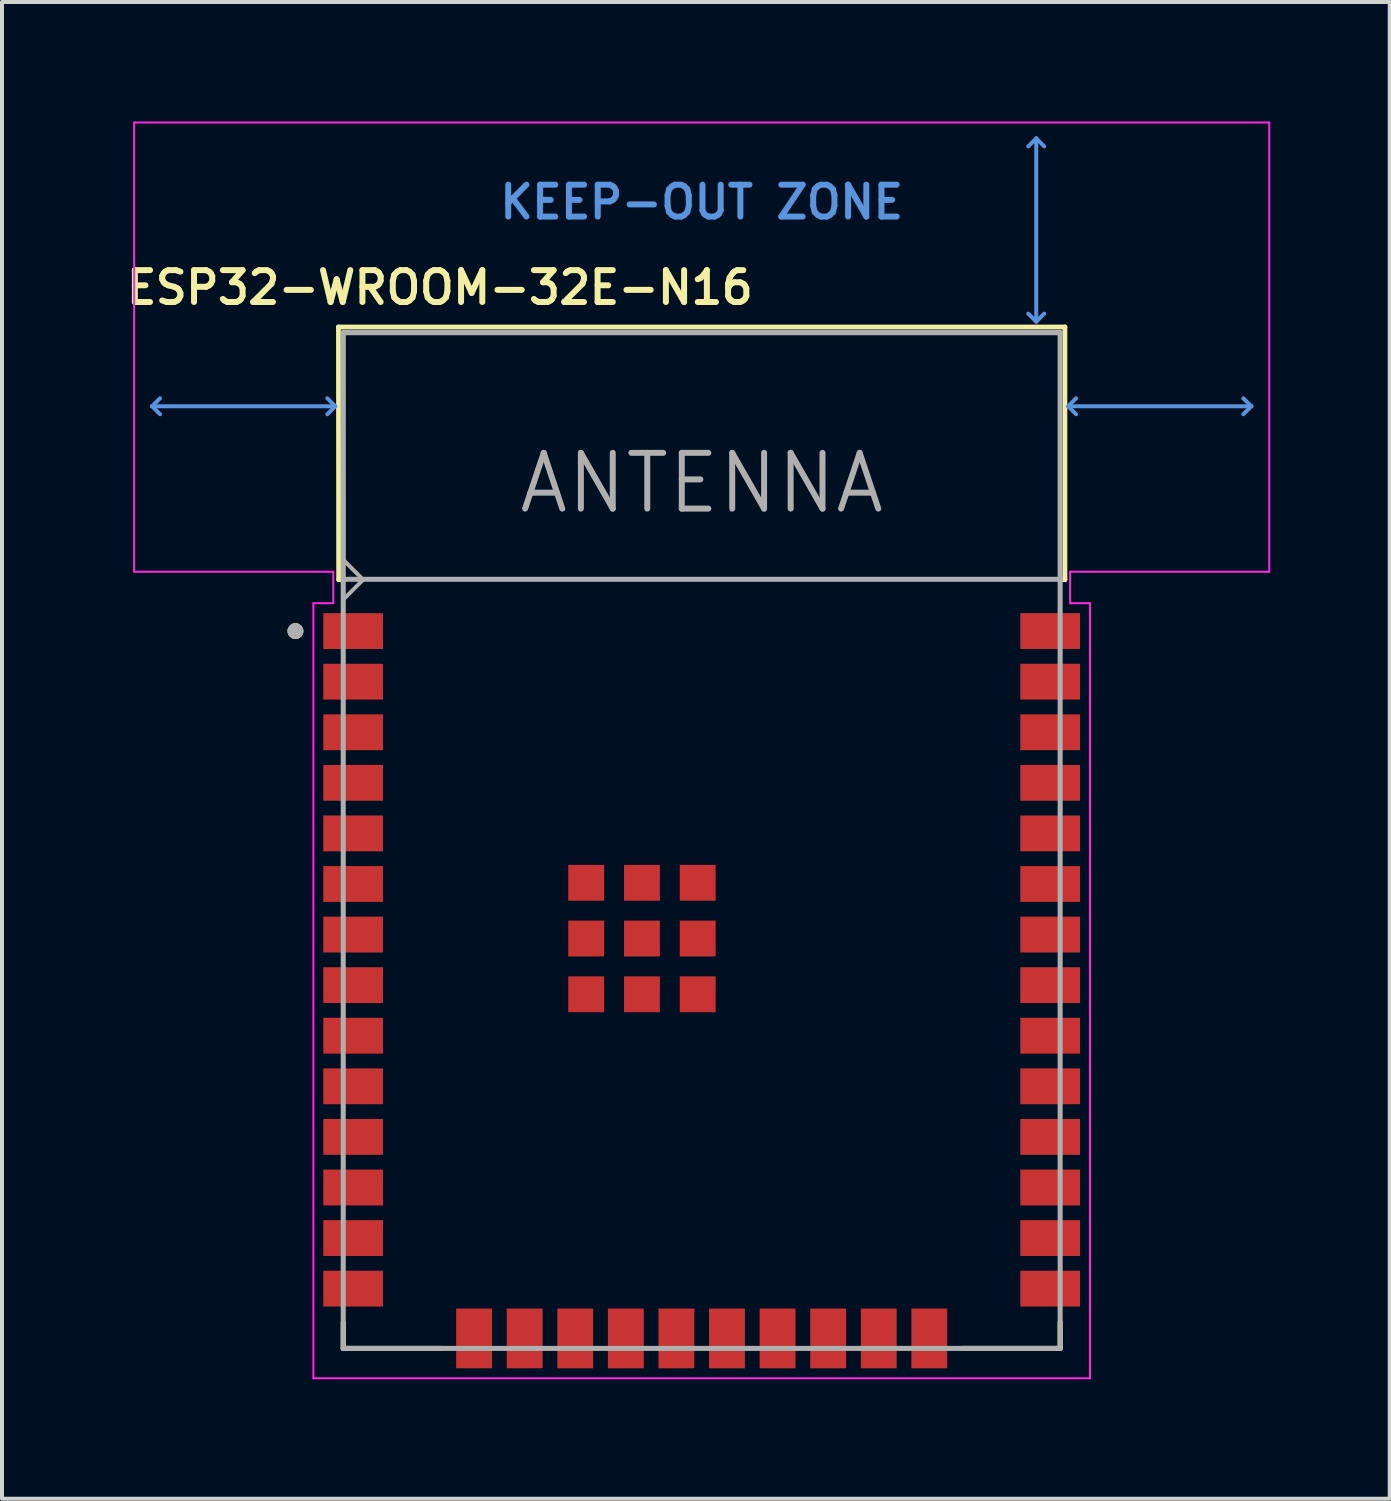
<source format=kicad_pcb>
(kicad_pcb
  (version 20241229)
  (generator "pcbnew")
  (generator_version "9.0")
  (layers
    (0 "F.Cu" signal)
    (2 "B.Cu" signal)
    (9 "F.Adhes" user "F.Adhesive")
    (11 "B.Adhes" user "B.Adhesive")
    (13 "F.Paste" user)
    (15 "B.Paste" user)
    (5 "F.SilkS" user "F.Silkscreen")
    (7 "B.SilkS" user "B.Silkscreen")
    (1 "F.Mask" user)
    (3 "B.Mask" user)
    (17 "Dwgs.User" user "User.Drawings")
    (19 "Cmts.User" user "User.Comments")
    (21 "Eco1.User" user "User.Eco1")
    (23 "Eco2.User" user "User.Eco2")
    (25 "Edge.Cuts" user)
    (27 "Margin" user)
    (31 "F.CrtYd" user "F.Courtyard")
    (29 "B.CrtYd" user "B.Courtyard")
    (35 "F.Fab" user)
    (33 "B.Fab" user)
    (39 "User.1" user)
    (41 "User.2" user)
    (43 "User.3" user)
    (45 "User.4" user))
  (footprint "ESP32-WROOM-32E-N16"
    (layer "F.Cu")
    (at 14.568 18.055)
    (property "Reference" "ESP32-WROOM-32E-N16" (at -6.575 -13.885 0) (layer "F.SilkS") (effects (font (size 0.8 0.8) (thickness 0.15))))
    (attr through_hole)
    (fp_line (start -9.12 -12.895) (end -9.115 -6.55) (stroke (width 0.12) (type solid)) (layer "F.SilkS"))
    (fp_line (start -9.12 -12.895) (end 9.12 -12.895) (stroke (width 0.12) (type solid)) (layer "F.SilkS"))
    (fp_line (start -9 12.1) (end -9 12.75) (stroke (width 0.127) (type solid)) (layer "F.SilkS"))
    (fp_line (start -9 12.75) (end -6.55 12.75) (stroke (width 0.127) (type solid)) (layer "F.SilkS"))
    (fp_line (start -8.985 -6.55) (end -9.115 -6.55) (stroke (width 0.12) (type solid)) (layer "F.SilkS"))
    (fp_line (start 6.55 12.75) (end 9 12.75) (stroke (width 0.127) (type solid)) (layer "F.SilkS"))
    (fp_line (start 9 12.75) (end 9 12.1) (stroke (width 0.127) (type solid)) (layer "F.SilkS"))
    (fp_line (start 9.12 -12.895) (end 9.12 -6.55) (stroke (width 0.12) (type solid)) (layer "F.SilkS"))
    (fp_line (start 9.12 -6.55) (end 8.99 -6.55) (stroke (width 0.12) (type solid)) (layer "F.SilkS"))
    (fp_circle (center -10.2 -5.26) (end -10.1 -5.26) (stroke (width 0.2) (type solid)) (fill no) (layer "F.SilkS"))
    (fp_line (start -13.8 -10.905) (end -13.6 -11.105) (stroke (width 0.1) (type solid)) (layer "Cmts.User"))
    (fp_line (start -13.8 -10.905) (end -13.6 -10.705) (stroke (width 0.1) (type solid)) (layer "Cmts.User"))
    (fp_line (start -13.8 -10.905) (end -9.2 -10.905) (stroke (width 0.1) (type solid)) (layer "Cmts.User"))
    (fp_line (start -9.2 -10.905) (end -9.4 -11.105) (stroke (width 0.1) (type solid)) (layer "Cmts.User"))
    (fp_line (start -9.2 -10.905) (end -9.4 -10.705) (stroke (width 0.1) (type solid)) (layer "Cmts.User"))
    (fp_line (start 8.4 -17.63) (end 8.2 -17.43) (stroke (width 0.1) (type solid)) (layer "Cmts.User"))
    (fp_line (start 8.4 -17.63) (end 8.6 -17.43) (stroke (width 0.1) (type solid)) (layer "Cmts.User"))
    (fp_line (start 8.4 -13.03) (end 8.2 -13.23) (stroke (width 0.1) (type solid)) (layer "Cmts.User"))
    (fp_line (start 8.4 -13.03) (end 8.4 -17.63) (stroke (width 0.1) (type solid)) (layer "Cmts.User"))
    (fp_line (start 8.4 -13.03) (end 8.6 -13.23) (stroke (width 0.1) (type solid)) (layer "Cmts.User"))
    (fp_line (start 9.2 -10.905) (end 9.4 -11.105) (stroke (width 0.1) (type solid)) (layer "Cmts.User"))
    (fp_line (start 9.2 -10.905) (end 9.4 -10.705) (stroke (width 0.1) (type solid)) (layer "Cmts.User"))
    (fp_line (start 9.2 -10.905) (end 13.8 -10.905) (stroke (width 0.1) (type solid)) (layer "Cmts.User"))
    (fp_line (start 13.8 -10.905) (end 13.6 -11.105) (stroke (width 0.1) (type solid)) (layer "Cmts.User"))
    (fp_line (start 13.8 -10.905) (end 13.6 -10.705) (stroke (width 0.1) (type solid)) (layer "Cmts.User"))
    (fp_line (start -14.25 -18.03) (end -14.25 -6.75) (stroke (width 0.05) (type solid)) (layer "F.CrtYd"))
    (fp_line (start -14.25 -18.03) (end 14.25 -18.03) (stroke (width 0.05) (type solid)) (layer "F.CrtYd"))
    (fp_line (start -14.25 -6.75) (end -9.25 -6.75) (stroke (width 0.05) (type solid)) (layer "F.CrtYd"))
    (fp_line (start -9.75 -5.96) (end -9.25 -5.96) (stroke (width 0.05) (type solid)) (layer "F.CrtYd"))
    (fp_line (start -9.75 13.5) (end -9.75 -5.96) (stroke (width 0.05) (type solid)) (layer "F.CrtYd"))
    (fp_line (start -9.25 -5.96) (end -9.25 -6.75) (stroke (width 0.05) (type solid)) (layer "F.CrtYd"))
    (fp_line (start 9.25 -6.75) (end 9.25 -5.96) (stroke (width 0.05) (type solid)) (layer "F.CrtYd"))
    (fp_line (start 9.25 -6.75) (end 14.25 -6.75) (stroke (width 0.05) (type solid)) (layer "F.CrtYd"))
    (fp_line (start 9.25 -5.96) (end 9.75 -5.96) (stroke (width 0.05) (type solid)) (layer "F.CrtYd"))
    (fp_line (start 9.75 -5.96) (end 9.75 13.5) (stroke (width 0.05) (type solid)) (layer "F.CrtYd"))
    (fp_line (start 9.75 13.5) (end -9.75 13.5) (stroke (width 0.05) (type solid)) (layer "F.CrtYd"))
    (fp_line (start 14.25 -18.03) (end 14.25 -6.75) (stroke (width 0.05) (type solid)) (layer "F.CrtYd"))
    (fp_line (start -9 -12.775) (end -9 -7.05) (stroke (width 0.1) (type solid)) (layer "F.Fab"))
    (fp_line (start -9 -12.775) (end 9 -12.775) (stroke (width 0.1) (type solid)) (layer "F.Fab"))
    (fp_line (start -9 -12.75) (end -9 -6.56) (stroke (width 0.127) (type solid)) (layer "F.Fab"))
    (fp_line (start -9 -12.75) (end 9 -12.75) (stroke (width 0.127) (type solid)) (layer "F.Fab"))
    (fp_line (start -9 -6.56) (end 9 -6.56) (stroke (width 0.127) (type solid)) (layer "F.Fab"))
    (fp_line (start -9 -6.05) (end -8.5 -6.55) (stroke (width 0.1) (type solid)) (layer "F.Fab"))
    (fp_line (start -9 12.75) (end -9 -6.56) (stroke (width 0.127) (type solid)) (layer "F.Fab"))
    (fp_line (start -8.5 -6.55) (end -9 -7.05) (stroke (width 0.1) (type solid)) (layer "F.Fab"))
    (fp_line (start 9 -12.75) (end 9 -6.56) (stroke (width 0.127) (type solid)) (layer "F.Fab"))
    (fp_line (start 9 -6.56) (end 9 12.75) (stroke (width 0.127) (type solid)) (layer "F.Fab"))
    (fp_line (start 9 12.75) (end -9 12.75) (stroke (width 0.127) (type solid)) (layer "F.Fab"))
    (fp_circle (center -10.2 -5.26) (end -10.1 -5.26) (stroke (width 0.2) (type solid)) (fill no) (layer "F.Fab"))
    (fp_text user "KEEP-OUT ZONE" (at 0 -16.03 0) (layer "Cmts.User") (effects (font (size 0.8 0.8) (thickness 0.15))))
    (fp_text user "ANTENNA" (at 0 -8.975 0) (layer "F.Fab") (effects (font (size 1.4 1.4) (thickness 0.15))))
    (pad "1" smd rect (at -8.75 -5.26) (size 1.5 0.9) (layers "F.Cu" "F.Mask" "F.Paste"))
    (pad "2" smd rect (at -8.75 -3.99) (size 1.5 0.9) (layers "F.Cu" "F.Mask" "F.Paste"))
    (pad "3" smd rect (at -8.75 -2.72) (size 1.5 0.9) (layers "F.Cu" "F.Mask" "F.Paste"))
    (pad "4" smd rect (at -8.75 -1.45) (size 1.5 0.9) (layers "F.Cu" "F.Mask" "F.Paste"))
    (pad "5" smd rect (at -8.75 -0.18) (size 1.5 0.9) (layers "F.Cu" "F.Mask" "F.Paste"))
    (pad "6" smd rect (at -8.75 1.09) (size 1.5 0.9) (layers "F.Cu" "F.Mask" "F.Paste"))
    (pad "7" smd rect (at -8.75 2.36) (size 1.5 0.9) (layers "F.Cu" "F.Mask" "F.Paste"))
    (pad "8" smd rect (at -8.75 3.63) (size 1.5 0.9) (layers "F.Cu" "F.Mask" "F.Paste"))
    (pad "9" smd rect (at -8.75 4.9) (size 1.5 0.9) (layers "F.Cu" "F.Mask" "F.Paste"))
    (pad "10" smd rect (at -8.75 6.17) (size 1.5 0.9) (layers "F.Cu" "F.Mask" "F.Paste"))
    (pad "11" smd rect (at -8.75 7.44) (size 1.5 0.9) (layers "F.Cu" "F.Mask" "F.Paste"))
    (pad "12" smd rect (at -8.75 8.71) (size 1.5 0.9) (layers "F.Cu" "F.Mask" "F.Paste"))
    (pad "13" smd rect (at -8.75 9.98) (size 1.5 0.9) (layers "F.Cu" "F.Mask" "F.Paste"))
    (pad "14" smd rect (at -8.75 11.25) (size 1.5 0.9) (layers "F.Cu" "F.Mask" "F.Paste"))
    (pad "15" smd rect (at -5.715 12.5) (size 0.9 1.5) (layers "F.Cu" "F.Mask" "F.Paste"))
    (pad "16" smd rect (at -4.445 12.5) (size 0.9 1.5) (layers "F.Cu" "F.Mask" "F.Paste"))
    (pad "17" smd rect (at -3.175 12.5) (size 0.9 1.5) (layers "F.Cu" "F.Mask" "F.Paste"))
    (pad "18" smd rect (at -1.905 12.5) (size 0.9 1.5) (layers "F.Cu" "F.Mask" "F.Paste"))
    (pad "19" smd rect (at -0.635 12.5) (size 0.9 1.5) (layers "F.Cu" "F.Mask" "F.Paste"))
    (pad "20" smd rect (at 0.635 12.5) (size 0.9 1.5) (layers "F.Cu" "F.Mask" "F.Paste"))
    (pad "21" smd rect (at 1.905 12.5) (size 0.9 1.5) (layers "F.Cu" "F.Mask" "F.Paste"))
    (pad "22" smd rect (at 3.175 12.5) (size 0.9 1.5) (layers "F.Cu" "F.Mask" "F.Paste"))
    (pad "23" smd rect (at 4.445 12.5) (size 0.9 1.5) (layers "F.Cu" "F.Mask" "F.Paste"))
    (pad "24" smd rect (at 5.715 12.5) (size 0.9 1.5) (layers "F.Cu" "F.Mask" "F.Paste"))
    (pad "25" smd rect (at 8.75 11.25) (size 1.5 0.9) (layers "F.Cu" "F.Mask" "F.Paste"))
    (pad "26" smd rect (at 8.75 9.98) (size 1.5 0.9) (layers "F.Cu" "F.Mask" "F.Paste"))
    (pad "27" smd rect (at 8.75 8.71) (size 1.5 0.9) (layers "F.Cu" "F.Mask" "F.Paste"))
    (pad "28" smd rect (at 8.75 7.44) (size 1.5 0.9) (layers "F.Cu" "F.Mask" "F.Paste"))
    (pad "29" smd rect (at 8.75 6.17) (size 1.5 0.9) (layers "F.Cu" "F.Mask" "F.Paste"))
    (pad "30" smd rect (at 8.75 4.9) (size 1.5 0.9) (layers "F.Cu" "F.Mask" "F.Paste"))
    (pad "31" smd rect (at 8.75 3.63) (size 1.5 0.9) (layers "F.Cu" "F.Mask" "F.Paste"))
    (pad "32" smd rect (at 8.75 2.36) (size 1.5 0.9) (layers "F.Cu" "F.Mask" "F.Paste"))
    (pad "33" smd rect (at 8.75 1.09) (size 1.5 0.9) (layers "F.Cu" "F.Mask" "F.Paste"))
    (pad "34" smd rect (at 8.75 -0.18) (size 1.5 0.9) (layers "F.Cu" "F.Mask" "F.Paste"))
    (pad "35" smd rect (at 8.75 -1.45) (size 1.5 0.9) (layers "F.Cu" "F.Mask" "F.Paste"))
    (pad "36" smd rect (at 8.75 -2.72) (size 1.5 0.9) (layers "F.Cu" "F.Mask" "F.Paste"))
    (pad "37" smd rect (at 8.75 -3.99) (size 1.5 0.9) (layers "F.Cu" "F.Mask" "F.Paste"))
    (pad "38" smd rect (at 8.75 -5.26) (size 1.5 0.9) (layers "F.Cu" "F.Mask" "F.Paste"))
    (pad "39_1" smd rect (at -2.9 1.06) (size 0.9 0.9) (layers "F.Cu" "F.Mask" "F.Paste"))
    (pad "39_2" smd rect (at -1.5 1.06) (size 0.9 0.9) (layers "F.Cu" "F.Mask" "F.Paste"))
    (pad "39_3" smd rect (at -0.1 1.06) (size 0.9 0.9) (layers "F.Cu" "F.Mask" "F.Paste"))
    (pad "39_4" smd rect (at -2.9 2.46) (size 0.9 0.9) (layers "F.Cu" "F.Mask" "F.Paste"))
    (pad "39_5" smd rect (at -1.5 2.46) (size 0.9 0.9) (layers "F.Cu" "F.Mask" "F.Paste"))
    (pad "39_6" smd rect (at -0.1 2.46) (size 0.9 0.9) (layers "F.Cu" "F.Mask" "F.Paste"))
    (pad "39_7" smd rect (at -2.9 3.86) (size 0.9 0.9) (layers "F.Cu" "F.Mask" "F.Paste"))
    (pad "39_8" smd rect (at -1.5 3.86) (size 0.9 0.9) (layers "F.Cu" "F.Mask" "F.Paste"))
    (pad "39_9" smd rect (at -0.1 3.86) (size 0.9 0.9) (layers "F.Cu" "F.Mask" "F.Paste"))
    (zone (net_name "") (layers "F.Cu" "B.Cu") (hatch full 0.508) (connect_pads) (min_thickness 0.254) (filled_areas_thickness no) (keepout (tracks not_allowed) (vias not_allowed) (pads not_allowed) (copperpour not_allowed) (footprints not_allowed)) (placement (enabled no)) (fill) (polygon (pts (xy 0.568 11.055) (xy 28.568 11.055) (xy 28.568 0.275) (xy 0.568 0.275)))))
  (gr_rect
    (start -3 -3)
    (end 31.843 34.58)
    (stroke (width 0.1) (type default))
    (fill no)
    (layer "Edge.Cuts")))
</source>
